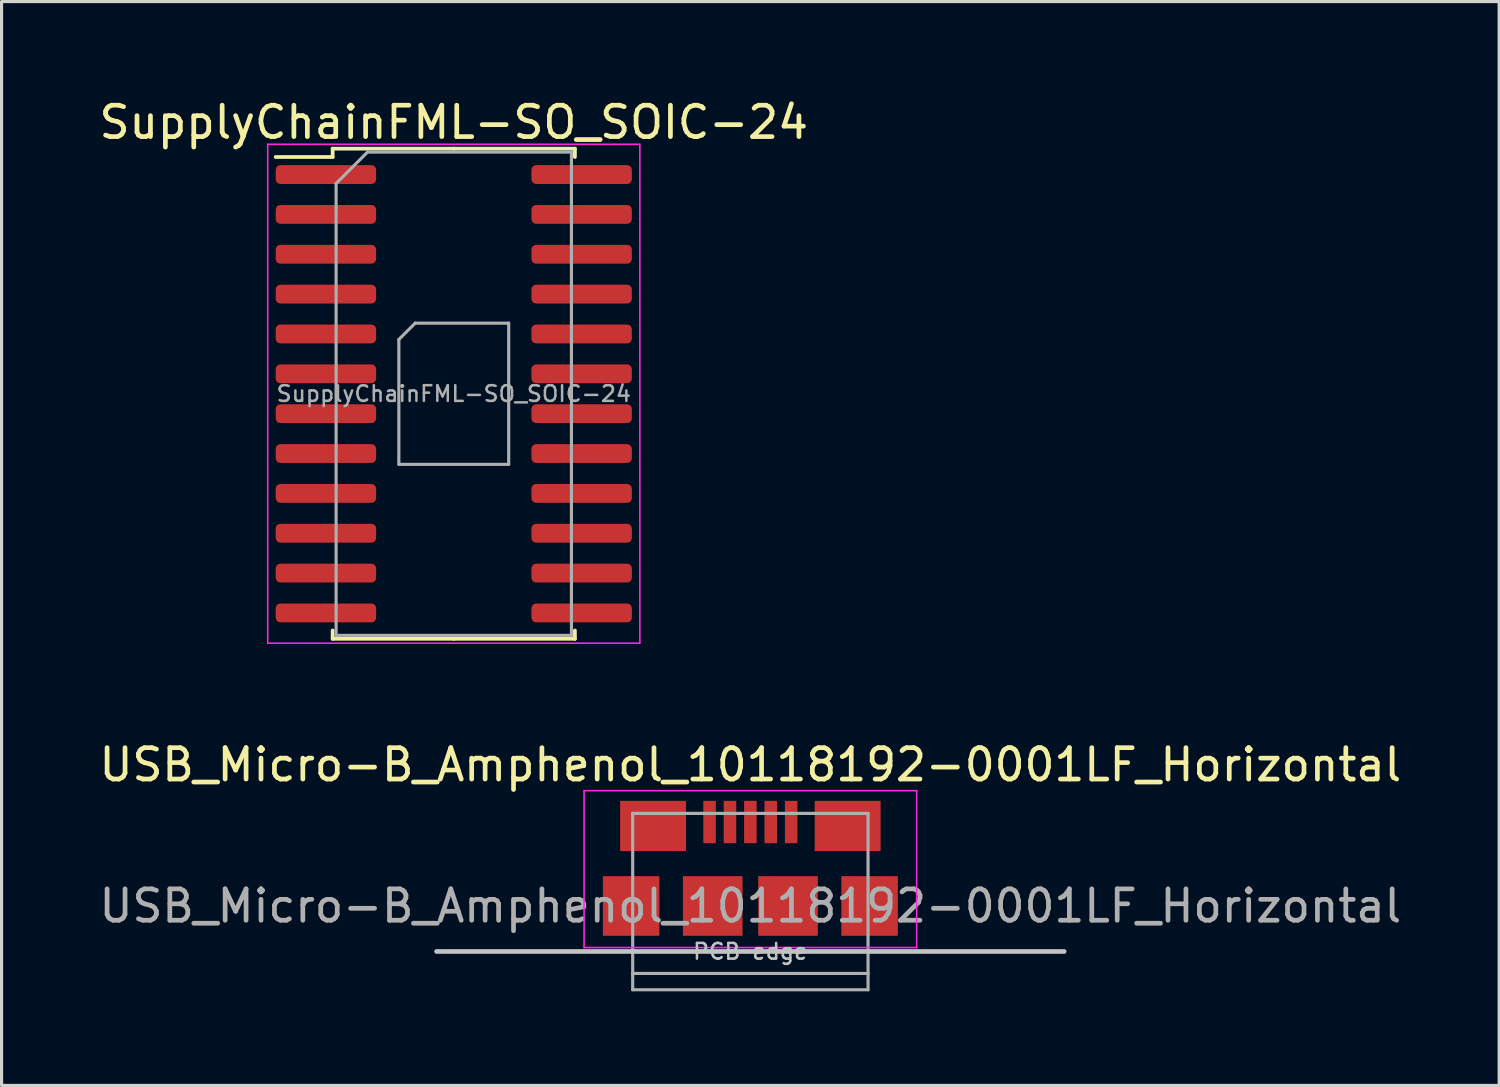
<source format=kicad_pcb>
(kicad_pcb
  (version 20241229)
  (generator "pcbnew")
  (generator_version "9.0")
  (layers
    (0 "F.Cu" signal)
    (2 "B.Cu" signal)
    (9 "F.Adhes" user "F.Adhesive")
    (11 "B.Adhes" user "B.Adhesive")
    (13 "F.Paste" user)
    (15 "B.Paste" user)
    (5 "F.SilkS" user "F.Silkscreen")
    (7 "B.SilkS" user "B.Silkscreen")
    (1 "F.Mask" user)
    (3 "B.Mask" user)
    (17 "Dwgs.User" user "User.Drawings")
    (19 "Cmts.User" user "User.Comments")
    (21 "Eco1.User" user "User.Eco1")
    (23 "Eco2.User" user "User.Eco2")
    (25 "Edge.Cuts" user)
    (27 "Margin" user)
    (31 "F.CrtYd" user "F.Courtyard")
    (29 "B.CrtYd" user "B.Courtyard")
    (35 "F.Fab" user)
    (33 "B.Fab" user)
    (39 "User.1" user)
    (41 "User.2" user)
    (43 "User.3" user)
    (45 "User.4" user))
  (footprint "USB_Micro-B_Amphenol_10118192-0001LF_Horizontal"
    (layer "F.Cu")
    (at 20.863 24.172)
    (property "Reference" "USB_Micro-B_Amphenol_10118192-0001LF_Horizontal" (at 0 -2.85 0) (layer "F.SilkS") (effects (font (size 1 1) (thickness 0.15))))
    (attr smd)
    (fp_line (start -10 3.1) (end 10 3.1) (stroke (width 0.15) (type solid)) (layer "Dwgs.User"))
    (fp_line (start -5.3 -2.025) (end 5.3 -2.025) (stroke (width 0.05) (type solid)) (layer "F.CrtYd"))
    (fp_line (start -5.3 2.975) (end -5.3 -2.025) (stroke (width 0.05) (type solid)) (layer "F.CrtYd"))
    (fp_line (start 5.3 -2.025) (end 5.3 2.975) (stroke (width 0.05) (type solid)) (layer "F.CrtYd"))
    (fp_line (start 5.3 2.975) (end -5.3 2.975) (stroke (width 0.05) (type solid)) (layer "F.CrtYd"))
    (fp_line (start -3.75 -1.3) (end -3.75 3.8) (stroke (width 0.1) (type solid)) (layer "F.Fab"))
    (fp_line (start -3.75 3.8) (end -3.75 4.32) (stroke (width 0.1) (type solid)) (layer "F.Fab"))
    (fp_line (start -3.75 3.8) (end 3.75 3.8) (stroke (width 0.1) (type solid)) (layer "F.Fab"))
    (fp_line (start -3.75 4.32) (end 3.75 4.32) (stroke (width 0.1) (type solid)) (layer "F.Fab"))
    (fp_line (start 3.75 -1.3) (end -3.75 -1.3) (stroke (width 0.1) (type solid)) (layer "F.Fab"))
    (fp_line (start 3.75 -1.3) (end 3.75 3.8) (stroke (width 0.1) (type solid)) (layer "F.Fab"))
    (fp_line (start 3.75 3.8) (end 3.75 4.32) (stroke (width 0.1) (type solid)) (layer "F.Fab"))
    (fp_text user "PCB edge" (at 0 3.1 0) (unlocked yes) (layer "Dwgs.User") (effects (font (size 0.5 0.5) (thickness 0.08))))
    (fp_text user "${REFERENCE}" (at 0 1.65 0) (layer "F.Fab") (effects (font (size 1 1) (thickness 0.15))))
    (pad "1" smd rect (at -1.3 -1.025) (size 0.4 1.35) (layers "F.Cu" "F.Mask" "F.Paste"))
    (pad "2" smd rect (at -0.65 -1.025) (size 0.4 1.35) (layers "F.Cu" "F.Mask" "F.Paste"))
    (pad "3" smd rect (at 0 -1.025) (size 0.4 1.35) (layers "F.Cu" "F.Mask" "F.Paste"))
    (pad "4" smd rect (at 0.65 -1.025) (size 0.4 1.35) (layers "F.Cu" "F.Mask" "F.Paste"))
    (pad "5" smd rect (at 1.3 -1.025) (size 0.4 1.35) (layers "F.Cu" "F.Mask" "F.Paste"))
    (pad "6" smd rect (at -3.8 1.65) (size 1.8 1.9) (layers "F.Cu" "F.Mask" "F.Paste"))
    (pad "6" smd rect (at -3.1 -0.9) (size 2.1 1.6) (layers "F.Cu" "F.Mask" "F.Paste"))
    (pad "6" smd rect (at -1.2 1.65) (size 1.9 1.9) (layers "F.Cu" "F.Mask" "F.Paste"))
    (pad "6" smd rect (at 1.2 1.65) (size 1.9 1.9) (layers "F.Cu" "F.Mask" "F.Paste"))
    (pad "6" smd rect (at 3.1 -0.9) (size 2.1 1.6) (layers "F.Cu" "F.Mask" "F.Paste"))
    (pad "6" smd rect (at 3.8 1.65) (size 1.8 1.9) (layers "F.Cu" "F.Mask" "F.Paste")))
  (footprint "SupplyChainFML-SO_SOIC-24"
    (layer "F.Cu")
    (at 11.411 9.498)
    (property "Reference" "SupplyChainFML-SO_SOIC-24" (at 0 -8.65 0) (layer "F.SilkS") (effects (font (size 1 1) (thickness 0.15))))
    (attr smd)
    (fp_line (start -3.86 -7.81) (end -3.86 -7.545) (stroke (width 0.12) (type solid)) (layer "F.SilkS"))
    (fp_line (start -3.86 -7.545) (end -5.675 -7.545) (stroke (width 0.12) (type solid)) (layer "F.SilkS"))
    (fp_line (start -3.86 7.81) (end -3.86 7.545) (stroke (width 0.12) (type solid)) (layer "F.SilkS"))
    (fp_line (start 0 -7.81) (end -3.86 -7.81) (stroke (width 0.12) (type solid)) (layer "F.SilkS"))
    (fp_line (start 0 -7.81) (end 3.86 -7.81) (stroke (width 0.12) (type solid)) (layer "F.SilkS"))
    (fp_line (start 0 7.81) (end -3.86 7.81) (stroke (width 0.12) (type solid)) (layer "F.SilkS"))
    (fp_line (start 0 7.81) (end 3.86 7.81) (stroke (width 0.12) (type solid)) (layer "F.SilkS"))
    (fp_line (start 3.86 -7.81) (end 3.86 -7.545) (stroke (width 0.12) (type solid)) (layer "F.SilkS"))
    (fp_line (start 3.86 7.81) (end 3.86 7.545) (stroke (width 0.12) (type solid)) (layer "F.SilkS"))
    (fp_line (start -5.93 -7.95) (end -5.93 7.95) (stroke (width 0.05) (type solid)) (layer "F.CrtYd"))
    (fp_line (start -5.93 7.95) (end 5.93 7.95) (stroke (width 0.05) (type solid)) (layer "F.CrtYd"))
    (fp_line (start 5.93 -7.95) (end -5.93 -7.95) (stroke (width 0.05) (type solid)) (layer "F.CrtYd"))
    (fp_line (start 5.93 7.95) (end 5.93 -7.95) (stroke (width 0.05) (type solid)) (layer "F.CrtYd"))
    (fp_line (start -3.75 -6.7) (end -2.75 -7.7) (stroke (width 0.1) (type solid)) (layer "F.Fab"))
    (fp_line (start -3.75 7.7) (end -3.75 -6.7) (stroke (width 0.1) (type solid)) (layer "F.Fab"))
    (fp_line (start -2.75 -7.7) (end 3.75 -7.7) (stroke (width 0.1) (type solid)) (layer "F.Fab"))
    (fp_line (start -1.75 -1.73) (end -1.75 2.25) (stroke (width 0.1) (type solid)) (layer "F.Fab"))
    (fp_line (start -1.75 -1.73) (end -1.23 -2.25) (stroke (width 0.1) (type solid)) (layer "F.Fab"))
    (fp_line (start -1.75 2.25) (end 1.75 2.25) (stroke (width 0.1) (type solid)) (layer "F.Fab"))
    (fp_line (start -1.23 -2.25) (end 1.75 -2.25) (stroke (width 0.1) (type solid)) (layer "F.Fab"))
    (fp_line (start 1.75 -2.25) (end 1.75 2.25) (stroke (width 0.1) (type solid)) (layer "F.Fab"))
    (fp_line (start 3.75 -7.7) (end 3.75 7.7) (stroke (width 0.1) (type solid)) (layer "F.Fab"))
    (fp_line (start 3.75 7.7) (end -3.75 7.7) (stroke (width 0.1) (type solid)) (layer "F.Fab"))
    (fp_text user "${REFERENCE}" (at 0 0 180) (layer "F.Fab") (effects (font (size 0.5 0.5) (thickness 0.08))))
    (pad "1" smd roundrect (at -4.075 -6.985) (size 3.2 0.6) (layers "F.Cu" "F.Mask" "F.Paste") (roundrect_rratio 0.25))
    (pad "2" smd roundrect (at -4.075 -5.715) (size 3.2 0.6) (layers "F.Cu" "F.Mask" "F.Paste") (roundrect_rratio 0.25))
    (pad "3" smd roundrect (at -4.075 -4.445) (size 3.2 0.6) (layers "F.Cu" "F.Mask" "F.Paste") (roundrect_rratio 0.25))
    (pad "4" smd roundrect (at -4.075 -3.175) (size 3.2 0.6) (layers "F.Cu" "F.Mask" "F.Paste") (roundrect_rratio 0.25))
    (pad "5" smd roundrect (at -4.075 -1.905) (size 3.2 0.6) (layers "F.Cu" "F.Mask" "F.Paste") (roundrect_rratio 0.25))
    (pad "6" smd roundrect (at -4.075 -0.635) (size 3.2 0.6) (layers "F.Cu" "F.Mask" "F.Paste") (roundrect_rratio 0.25))
    (pad "7" smd roundrect (at -4.075 0.635) (size 3.2 0.6) (layers "F.Cu" "F.Mask" "F.Paste") (roundrect_rratio 0.25))
    (pad "8" smd roundrect (at -4.075 1.905) (size 3.2 0.6) (layers "F.Cu" "F.Mask" "F.Paste") (roundrect_rratio 0.25))
    (pad "9" smd roundrect (at -4.075 3.175) (size 3.2 0.6) (layers "F.Cu" "F.Mask" "F.Paste") (roundrect_rratio 0.25))
    (pad "10" smd roundrect (at -4.075 4.445) (size 3.2 0.6) (layers "F.Cu" "F.Mask" "F.Paste") (roundrect_rratio 0.25))
    (pad "11" smd roundrect (at -4.075 5.715) (size 3.2 0.6) (layers "F.Cu" "F.Mask" "F.Paste") (roundrect_rratio 0.25))
    (pad "12" smd roundrect (at -4.075 6.985) (size 3.2 0.6) (layers "F.Cu" "F.Mask" "F.Paste") (roundrect_rratio 0.25))
    (pad "13" smd roundrect (at 4.075 6.985) (size 3.2 0.6) (layers "F.Cu" "F.Mask" "F.Paste") (roundrect_rratio 0.25))
    (pad "14" smd roundrect (at 4.075 5.715) (size 3.2 0.6) (layers "F.Cu" "F.Mask" "F.Paste") (roundrect_rratio 0.25))
    (pad "15" smd roundrect (at 4.075 4.445) (size 3.2 0.6) (layers "F.Cu" "F.Mask" "F.Paste") (roundrect_rratio 0.25))
    (pad "16" smd roundrect (at 4.075 3.175) (size 3.2 0.6) (layers "F.Cu" "F.Mask" "F.Paste") (roundrect_rratio 0.25))
    (pad "17" smd roundrect (at 4.075 1.905) (size 3.2 0.6) (layers "F.Cu" "F.Mask" "F.Paste") (roundrect_rratio 0.25))
    (pad "18" smd roundrect (at 4.075 0.635) (size 3.2 0.6) (layers "F.Cu" "F.Mask" "F.Paste") (roundrect_rratio 0.25))
    (pad "19" smd roundrect (at 4.075 -0.635) (size 3.2 0.6) (layers "F.Cu" "F.Mask" "F.Paste") (roundrect_rratio 0.25))
    (pad "20" smd roundrect (at 4.075 -1.905) (size 3.2 0.6) (layers "F.Cu" "F.Mask" "F.Paste") (roundrect_rratio 0.25))
    (pad "21" smd roundrect (at 4.075 -3.175) (size 3.2 0.6) (layers "F.Cu" "F.Mask" "F.Paste") (roundrect_rratio 0.25))
    (pad "22" smd roundrect (at 4.075 -4.445) (size 3.2 0.6) (layers "F.Cu" "F.Mask" "F.Paste") (roundrect_rratio 0.25))
    (pad "23" smd roundrect (at 4.075 -5.715) (size 3.2 0.6) (layers "F.Cu" "F.Mask" "F.Paste") (roundrect_rratio 0.25))
    (pad "24" smd roundrect (at 4.075 -6.985) (size 3.2 0.6) (layers "F.Cu" "F.Mask" "F.Paste") (roundrect_rratio 0.25)))
  (gr_rect
    (start -3 -3)
    (end 44.726 31.541)
    (stroke (width 0.1) (type default))
    (fill no)
    (layer "Edge.Cuts")))
</source>
